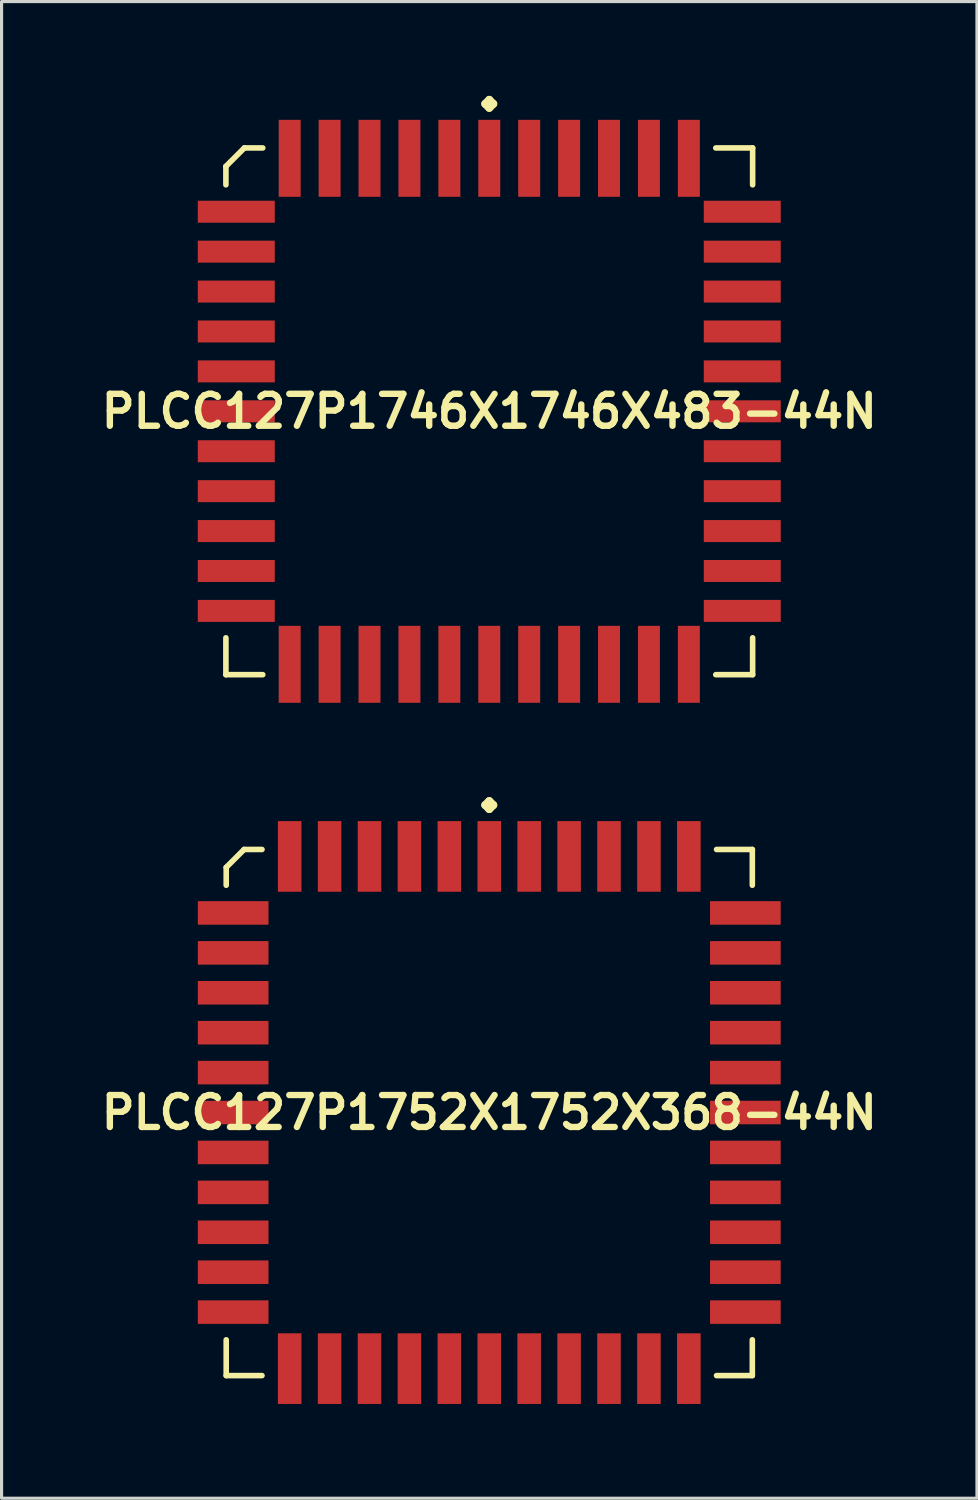
<source format=kicad_pcb>
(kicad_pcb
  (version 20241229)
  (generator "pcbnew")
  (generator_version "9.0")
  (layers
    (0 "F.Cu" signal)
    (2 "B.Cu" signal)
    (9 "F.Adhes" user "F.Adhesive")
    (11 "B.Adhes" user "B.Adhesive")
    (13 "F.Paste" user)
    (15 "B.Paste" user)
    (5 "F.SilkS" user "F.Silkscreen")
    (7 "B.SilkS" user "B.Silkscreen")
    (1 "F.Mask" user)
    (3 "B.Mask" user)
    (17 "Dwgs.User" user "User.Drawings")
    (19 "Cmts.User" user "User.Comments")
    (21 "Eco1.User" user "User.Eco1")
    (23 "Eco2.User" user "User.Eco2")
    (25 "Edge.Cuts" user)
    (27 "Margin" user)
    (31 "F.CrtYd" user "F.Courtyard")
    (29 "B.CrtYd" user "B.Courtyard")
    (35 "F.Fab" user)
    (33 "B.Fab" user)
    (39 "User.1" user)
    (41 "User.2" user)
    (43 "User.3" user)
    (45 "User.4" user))
  (footprint "PLCC127P1746X1746X483-44N"
    (layer "F.Cu")
    (at 12.516 10.036)
    (property "Reference" "PLCC127P1746X1746X483-44N" (at 0 0 0) (layer "F.SilkS") (effects (font (size 1.016 1.016) (thickness 0.203))))
    (attr smd)
    (fp_line (start -8.379 -7.793) (end -7.793 -8.379) (stroke (width 0.178) (type solid)) (layer "F.SilkS"))
    (fp_line (start -8.379 -7.206) (end -8.379 -7.793) (stroke (width 0.178) (type solid)) (layer "F.SilkS"))
    (fp_line (start -8.379 7.206) (end -8.379 8.379) (stroke (width 0.178) (type solid)) (layer "F.SilkS"))
    (fp_line (start -8.379 8.379) (end -7.206 8.379) (stroke (width 0.178) (type solid)) (layer "F.SilkS"))
    (fp_line (start -7.793 -8.379) (end -7.206 -8.379) (stroke (width 0.178) (type solid)) (layer "F.SilkS"))
    (fp_line (start -0.127 -9.782) (end 0 -9.909) (stroke (width 0.254) (type solid)) (layer "F.SilkS"))
    (fp_line (start 0 -9.909) (end 0.127 -9.782) (stroke (width 0.254) (type solid)) (layer "F.SilkS"))
    (fp_line (start 0 -9.655) (end -0.127 -9.782) (stroke (width 0.254) (type solid)) (layer "F.SilkS"))
    (fp_line (start 0.127 -9.782) (end 0 -9.655) (stroke (width 0.254) (type solid)) (layer "F.SilkS"))
    (fp_line (start 8.379 -8.379) (end 7.206 -8.379) (stroke (width 0.178) (type solid)) (layer "F.SilkS"))
    (fp_line (start 8.379 -7.206) (end 8.379 -8.379) (stroke (width 0.178) (type solid)) (layer "F.SilkS"))
    (fp_line (start 8.379 7.206) (end 8.379 8.379) (stroke (width 0.178) (type solid)) (layer "F.SilkS"))
    (fp_line (start 8.379 8.379) (end 7.206 8.379) (stroke (width 0.178) (type solid)) (layer "F.SilkS"))
    (pad "1" smd rect (at 0 -8.049) (size 0.699 2.449) (layers "F.Cu" "F.Mask" "F.Paste"))
    (pad "2" smd rect (at -1.27 -8.049) (size 0.699 2.449) (layers "F.Cu" "F.Mask" "F.Paste"))
    (pad "3" smd rect (at -2.54 -8.049) (size 0.699 2.449) (layers "F.Cu" "F.Mask" "F.Paste"))
    (pad "4" smd rect (at -3.81 -8.049) (size 0.699 2.449) (layers "F.Cu" "F.Mask" "F.Paste"))
    (pad "5" smd rect (at -5.08 -8.049) (size 0.699 2.449) (layers "F.Cu" "F.Mask" "F.Paste"))
    (pad "6" smd rect (at -6.35 -8.049) (size 0.699 2.449) (layers "F.Cu" "F.Mask" "F.Paste"))
    (pad "7" smd rect (at -8.049 -6.35) (size 2.449 0.699) (layers "F.Cu" "F.Mask" "F.Paste"))
    (pad "8" smd rect (at -8.049 -5.08) (size 2.449 0.699) (layers "F.Cu" "F.Mask" "F.Paste"))
    (pad "9" smd rect (at -8.049 -3.81) (size 2.449 0.699) (layers "F.Cu" "F.Mask" "F.Paste"))
    (pad "10" smd rect (at -8.049 -2.54) (size 2.449 0.699) (layers "F.Cu" "F.Mask" "F.Paste"))
    (pad "11" smd rect (at -8.049 -1.27) (size 2.449 0.699) (layers "F.Cu" "F.Mask" "F.Paste"))
    (pad "12" smd rect (at -8.049 0) (size 2.449 0.699) (layers "F.Cu" "F.Mask" "F.Paste"))
    (pad "13" smd rect (at -8.049 1.27) (size 2.449 0.699) (layers "F.Cu" "F.Mask" "F.Paste"))
    (pad "14" smd rect (at -8.049 2.54) (size 2.449 0.699) (layers "F.Cu" "F.Mask" "F.Paste"))
    (pad "15" smd rect (at -8.049 3.81) (size 2.449 0.699) (layers "F.Cu" "F.Mask" "F.Paste"))
    (pad "16" smd rect (at -8.049 5.08) (size 2.449 0.699) (layers "F.Cu" "F.Mask" "F.Paste"))
    (pad "17" smd rect (at -8.049 6.35) (size 2.449 0.699) (layers "F.Cu" "F.Mask" "F.Paste"))
    (pad "18" smd rect (at -6.35 8.049) (size 0.699 2.449) (layers "F.Cu" "F.Mask" "F.Paste"))
    (pad "19" smd rect (at -5.08 8.049) (size 0.699 2.449) (layers "F.Cu" "F.Mask" "F.Paste"))
    (pad "20" smd rect (at -3.81 8.049) (size 0.699 2.449) (layers "F.Cu" "F.Mask" "F.Paste"))
    (pad "21" smd rect (at -2.54 8.049) (size 0.699 2.449) (layers "F.Cu" "F.Mask" "F.Paste"))
    (pad "22" smd rect (at -1.27 8.049) (size 0.699 2.449) (layers "F.Cu" "F.Mask" "F.Paste"))
    (pad "23" smd rect (at 0 8.049) (size 0.699 2.449) (layers "F.Cu" "F.Mask" "F.Paste"))
    (pad "24" smd rect (at 1.27 8.049) (size 0.699 2.449) (layers "F.Cu" "F.Mask" "F.Paste"))
    (pad "25" smd rect (at 2.54 8.049) (size 0.699 2.449) (layers "F.Cu" "F.Mask" "F.Paste"))
    (pad "26" smd rect (at 3.81 8.049) (size 0.699 2.449) (layers "F.Cu" "F.Mask" "F.Paste"))
    (pad "27" smd rect (at 5.08 8.049) (size 0.699 2.449) (layers "F.Cu" "F.Mask" "F.Paste"))
    (pad "28" smd rect (at 6.35 8.049) (size 0.699 2.449) (layers "F.Cu" "F.Mask" "F.Paste"))
    (pad "29" smd rect (at 8.049 6.35) (size 2.449 0.699) (layers "F.Cu" "F.Mask" "F.Paste"))
    (pad "30" smd rect (at 8.049 5.08) (size 2.449 0.699) (layers "F.Cu" "F.Mask" "F.Paste"))
    (pad "31" smd rect (at 8.049 3.81) (size 2.449 0.699) (layers "F.Cu" "F.Mask" "F.Paste"))
    (pad "32" smd rect (at 8.049 2.54) (size 2.449 0.699) (layers "F.Cu" "F.Mask" "F.Paste"))
    (pad "33" smd rect (at 8.049 1.27) (size 2.449 0.699) (layers "F.Cu" "F.Mask" "F.Paste"))
    (pad "34" smd rect (at 8.049 0) (size 2.449 0.699) (layers "F.Cu" "F.Mask" "F.Paste"))
    (pad "35" smd rect (at 8.049 -1.27) (size 2.449 0.699) (layers "F.Cu" "F.Mask" "F.Paste"))
    (pad "36" smd rect (at 8.049 -2.54) (size 2.449 0.699) (layers "F.Cu" "F.Mask" "F.Paste"))
    (pad "37" smd rect (at 8.049 -3.81) (size 2.449 0.699) (layers "F.Cu" "F.Mask" "F.Paste"))
    (pad "38" smd rect (at 8.049 -5.08) (size 2.449 0.699) (layers "F.Cu" "F.Mask" "F.Paste"))
    (pad "39" smd rect (at 8.049 -6.35) (size 2.449 0.699) (layers "F.Cu" "F.Mask" "F.Paste"))
    (pad "40" smd rect (at 6.35 -8.049) (size 0.699 2.449) (layers "F.Cu" "F.Mask" "F.Paste"))
    (pad "41" smd rect (at 5.08 -8.049) (size 0.699 2.449) (layers "F.Cu" "F.Mask" "F.Paste"))
    (pad "42" smd rect (at 3.81 -8.049) (size 0.699 2.449) (layers "F.Cu" "F.Mask" "F.Paste"))
    (pad "43" smd rect (at 2.54 -8.049) (size 0.699 2.449) (layers "F.Cu" "F.Mask" "F.Paste"))
    (pad "44" smd rect (at 1.27 -8.049) (size 0.699 2.449) (layers "F.Cu" "F.Mask" "F.Paste")))
  (footprint "PLCC127P1752X1752X368-44N"
    (layer "F.Cu")
    (at 12.516 32.345)
    (property "Reference" "PLCC127P1752X1752X368-44N" (at 0 0 0) (layer "F.SilkS") (effects (font (size 1.016 1.016) (thickness 0.203))))
    (attr smd)
    (fp_line (start -8.369 -7.8) (end -7.8 -8.369) (stroke (width 0.178) (type solid)) (layer "F.SilkS"))
    (fp_line (start -8.369 -7.231) (end -8.369 -7.8) (stroke (width 0.178) (type solid)) (layer "F.SilkS"))
    (fp_line (start -8.369 7.231) (end -8.369 8.369) (stroke (width 0.178) (type solid)) (layer "F.SilkS"))
    (fp_line (start -8.369 8.369) (end -7.231 8.369) (stroke (width 0.178) (type solid)) (layer "F.SilkS"))
    (fp_line (start -7.8 -8.369) (end -7.231 -8.369) (stroke (width 0.178) (type solid)) (layer "F.SilkS"))
    (fp_line (start -0.127 -9.782) (end 0 -9.909) (stroke (width 0.254) (type solid)) (layer "F.SilkS"))
    (fp_line (start 0 -9.909) (end 0.127 -9.782) (stroke (width 0.254) (type solid)) (layer "F.SilkS"))
    (fp_line (start 0 -9.655) (end -0.127 -9.782) (stroke (width 0.254) (type solid)) (layer "F.SilkS"))
    (fp_line (start 0.127 -9.782) (end 0 -9.655) (stroke (width 0.254) (type solid)) (layer "F.SilkS"))
    (fp_line (start 8.369 -8.369) (end 7.231 -8.369) (stroke (width 0.178) (type solid)) (layer "F.SilkS"))
    (fp_line (start 8.369 -7.231) (end 8.369 -8.369) (stroke (width 0.178) (type solid)) (layer "F.SilkS"))
    (fp_line (start 8.369 7.231) (end 8.369 8.369) (stroke (width 0.178) (type solid)) (layer "F.SilkS"))
    (fp_line (start 8.369 8.369) (end 7.231 8.369) (stroke (width 0.178) (type solid)) (layer "F.SilkS"))
    (pad "1" smd rect (at 0 -8.148) (size 0.749 2.248) (layers "F.Cu" "F.Mask" "F.Paste"))
    (pad "2" smd rect (at -1.27 -8.148) (size 0.749 2.248) (layers "F.Cu" "F.Mask" "F.Paste"))
    (pad "3" smd rect (at -2.54 -8.148) (size 0.749 2.248) (layers "F.Cu" "F.Mask" "F.Paste"))
    (pad "4" smd rect (at -3.81 -8.148) (size 0.749 2.248) (layers "F.Cu" "F.Mask" "F.Paste"))
    (pad "5" smd rect (at -5.08 -8.148) (size 0.749 2.248) (layers "F.Cu" "F.Mask" "F.Paste"))
    (pad "6" smd rect (at -6.35 -8.148) (size 0.749 2.248) (layers "F.Cu" "F.Mask" "F.Paste"))
    (pad "7" smd rect (at -8.148 -6.35) (size 2.248 0.749) (layers "F.Cu" "F.Mask" "F.Paste"))
    (pad "8" smd rect (at -8.148 -5.08) (size 2.248 0.749) (layers "F.Cu" "F.Mask" "F.Paste"))
    (pad "9" smd rect (at -8.148 -3.81) (size 2.248 0.749) (layers "F.Cu" "F.Mask" "F.Paste"))
    (pad "10" smd rect (at -8.148 -2.54) (size 2.248 0.749) (layers "F.Cu" "F.Mask" "F.Paste"))
    (pad "11" smd rect (at -8.148 -1.27) (size 2.248 0.749) (layers "F.Cu" "F.Mask" "F.Paste"))
    (pad "12" smd rect (at -8.148 0) (size 2.248 0.749) (layers "F.Cu" "F.Mask" "F.Paste"))
    (pad "13" smd rect (at -8.148 1.27) (size 2.248 0.749) (layers "F.Cu" "F.Mask" "F.Paste"))
    (pad "14" smd rect (at -8.148 2.54) (size 2.248 0.749) (layers "F.Cu" "F.Mask" "F.Paste"))
    (pad "15" smd rect (at -8.148 3.81) (size 2.248 0.749) (layers "F.Cu" "F.Mask" "F.Paste"))
    (pad "16" smd rect (at -8.148 5.08) (size 2.248 0.749) (layers "F.Cu" "F.Mask" "F.Paste"))
    (pad "17" smd rect (at -8.148 6.35) (size 2.248 0.749) (layers "F.Cu" "F.Mask" "F.Paste"))
    (pad "18" smd rect (at -6.35 8.148) (size 0.749 2.248) (layers "F.Cu" "F.Mask" "F.Paste"))
    (pad "19" smd rect (at -5.08 8.148) (size 0.749 2.248) (layers "F.Cu" "F.Mask" "F.Paste"))
    (pad "20" smd rect (at -3.81 8.148) (size 0.749 2.248) (layers "F.Cu" "F.Mask" "F.Paste"))
    (pad "21" smd rect (at -2.54 8.148) (size 0.749 2.248) (layers "F.Cu" "F.Mask" "F.Paste"))
    (pad "22" smd rect (at -1.27 8.148) (size 0.749 2.248) (layers "F.Cu" "F.Mask" "F.Paste"))
    (pad "23" smd rect (at 0 8.148) (size 0.749 2.248) (layers "F.Cu" "F.Mask" "F.Paste"))
    (pad "24" smd rect (at 1.27 8.148) (size 0.749 2.248) (layers "F.Cu" "F.Mask" "F.Paste"))
    (pad "25" smd rect (at 2.54 8.148) (size 0.749 2.248) (layers "F.Cu" "F.Mask" "F.Paste"))
    (pad "26" smd rect (at 3.81 8.148) (size 0.749 2.248) (layers "F.Cu" "F.Mask" "F.Paste"))
    (pad "27" smd rect (at 5.08 8.148) (size 0.749 2.248) (layers "F.Cu" "F.Mask" "F.Paste"))
    (pad "28" smd rect (at 6.35 8.148) (size 0.749 2.248) (layers "F.Cu" "F.Mask" "F.Paste"))
    (pad "29" smd rect (at 8.148 6.35) (size 2.248 0.749) (layers "F.Cu" "F.Mask" "F.Paste"))
    (pad "30" smd rect (at 8.148 5.08) (size 2.248 0.749) (layers "F.Cu" "F.Mask" "F.Paste"))
    (pad "31" smd rect (at 8.148 3.81) (size 2.248 0.749) (layers "F.Cu" "F.Mask" "F.Paste"))
    (pad "32" smd rect (at 8.148 2.54) (size 2.248 0.749) (layers "F.Cu" "F.Mask" "F.Paste"))
    (pad "33" smd rect (at 8.148 1.27) (size 2.248 0.749) (layers "F.Cu" "F.Mask" "F.Paste"))
    (pad "34" smd rect (at 8.148 0) (size 2.248 0.749) (layers "F.Cu" "F.Mask" "F.Paste"))
    (pad "35" smd rect (at 8.148 -1.27) (size 2.248 0.749) (layers "F.Cu" "F.Mask" "F.Paste"))
    (pad "36" smd rect (at 8.148 -2.54) (size 2.248 0.749) (layers "F.Cu" "F.Mask" "F.Paste"))
    (pad "37" smd rect (at 8.148 -3.81) (size 2.248 0.749) (layers "F.Cu" "F.Mask" "F.Paste"))
    (pad "38" smd rect (at 8.148 -5.08) (size 2.248 0.749) (layers "F.Cu" "F.Mask" "F.Paste"))
    (pad "39" smd rect (at 8.148 -6.35) (size 2.248 0.749) (layers "F.Cu" "F.Mask" "F.Paste"))
    (pad "40" smd rect (at 6.35 -8.148) (size 0.749 2.248) (layers "F.Cu" "F.Mask" "F.Paste"))
    (pad "41" smd rect (at 5.08 -8.148) (size 0.749 2.248) (layers "F.Cu" "F.Mask" "F.Paste"))
    (pad "42" smd rect (at 3.81 -8.148) (size 0.749 2.248) (layers "F.Cu" "F.Mask" "F.Paste"))
    (pad "43" smd rect (at 2.54 -8.148) (size 0.749 2.248) (layers "F.Cu" "F.Mask" "F.Paste"))
    (pad "44" smd rect (at 1.27 -8.148) (size 0.749 2.248) (layers "F.Cu" "F.Mask" "F.Paste")))
  (gr_rect
    (start -3 -3)
    (end 28.032 44.617)
    (stroke (width 0.1) (type default))
    (fill no)
    (layer "Edge.Cuts")))
</source>
